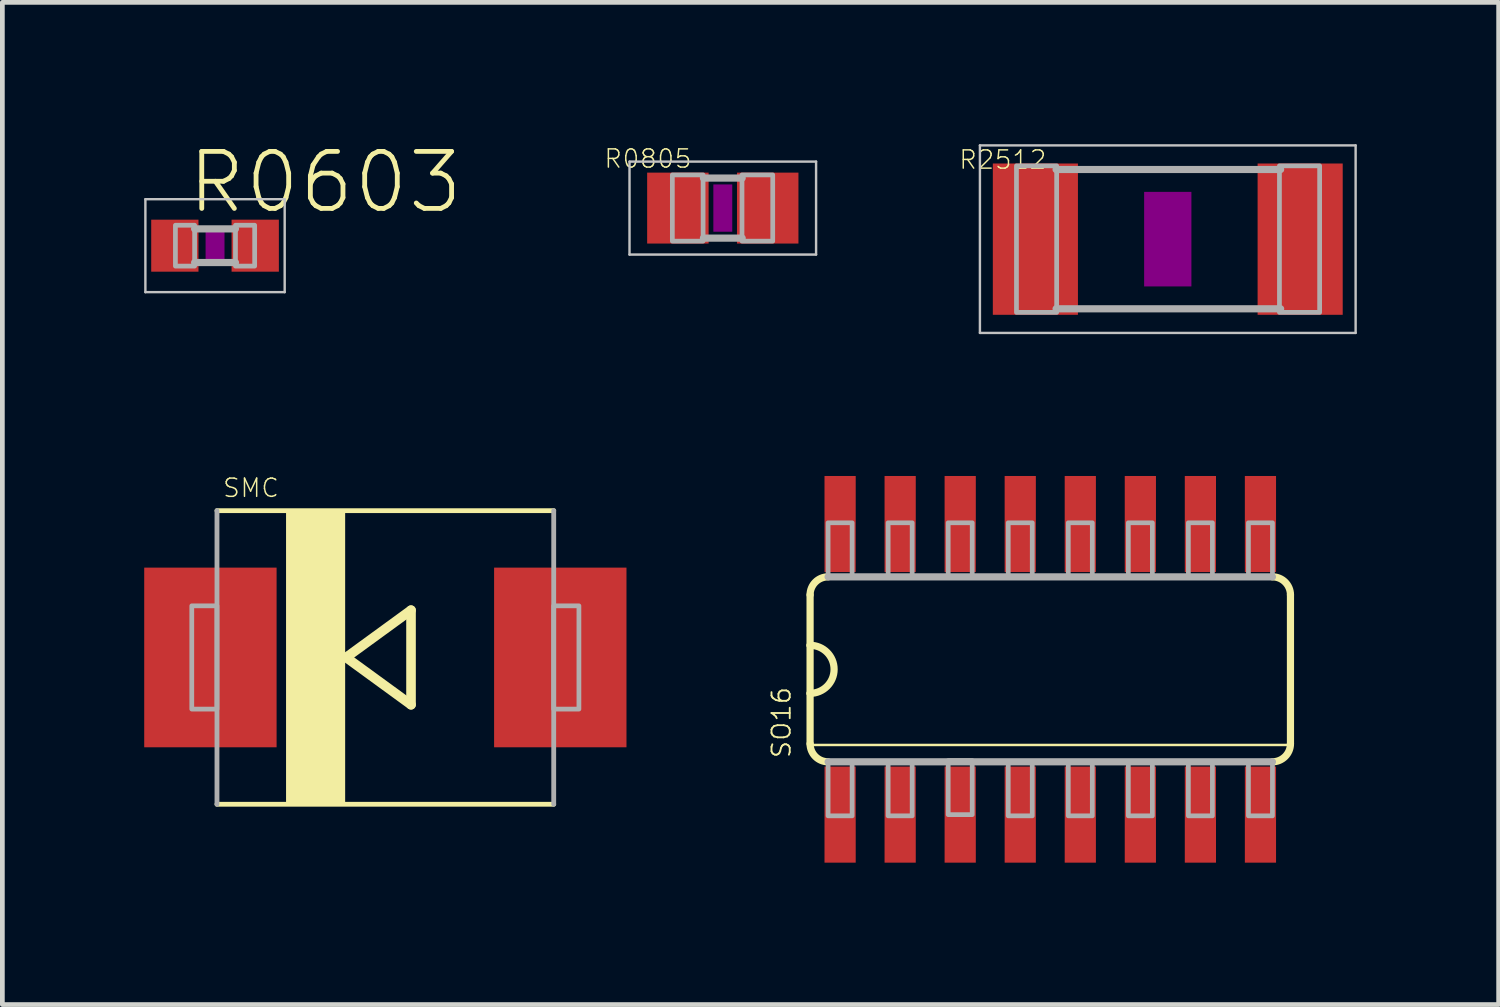
<source format=kicad_pcb>
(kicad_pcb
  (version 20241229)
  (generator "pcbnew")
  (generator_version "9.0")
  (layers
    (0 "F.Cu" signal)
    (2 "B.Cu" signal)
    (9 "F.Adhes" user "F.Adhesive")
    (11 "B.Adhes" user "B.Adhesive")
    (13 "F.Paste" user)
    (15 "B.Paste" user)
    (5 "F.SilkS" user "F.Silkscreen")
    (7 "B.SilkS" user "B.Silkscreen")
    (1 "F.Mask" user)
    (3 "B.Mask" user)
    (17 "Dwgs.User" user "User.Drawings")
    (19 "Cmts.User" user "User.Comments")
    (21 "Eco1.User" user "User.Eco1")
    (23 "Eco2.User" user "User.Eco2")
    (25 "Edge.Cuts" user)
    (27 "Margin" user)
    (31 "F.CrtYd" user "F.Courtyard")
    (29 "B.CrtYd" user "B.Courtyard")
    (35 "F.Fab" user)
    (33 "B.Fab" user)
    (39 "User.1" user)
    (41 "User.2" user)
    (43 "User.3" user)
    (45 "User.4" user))
  (footprint "R2512"
    (layer "F.Cu")
    (at 21.648 2.008)
    (property "Reference" "R2512" (at -2.54 -1.905 180) (layer "F.SilkS") (effects (font (size 0.386 0.386) (thickness 0.031)) (justify right top)))
    (attr through_hole)
    (fp_poly (pts (xy -0.5 1) (xy 0.5 1) (xy 0.5 -1) (xy -0.5 -1)) (stroke (width 0) (type solid)) (fill yes) (layer "F.Adhes"))
    (fp_line (start -3.973 -1.983) (end 3.973 -1.983) (stroke (width 0.051) (type solid)) (layer "Dwgs.User"))
    (fp_line (start -3.973 1.983) (end -3.973 -1.983) (stroke (width 0.051) (type solid)) (layer "Dwgs.User"))
    (fp_line (start 3.973 -1.983) (end 3.973 1.983) (stroke (width 0.051) (type solid)) (layer "Dwgs.User"))
    (fp_line (start 3.973 1.983) (end -3.973 1.983) (stroke (width 0.051) (type solid)) (layer "Dwgs.User"))
    (fp_line (start -2.362 -1.473) (end 2.387 -1.473) (stroke (width 0.152) (type solid)) (layer "F.Fab"))
    (fp_line (start -2.362 1.473) (end 2.387 1.473) (stroke (width 0.152) (type solid)) (layer "F.Fab"))
    (fp_poly (pts (xy -3.2 1.549) (xy -2.35 1.549) (xy -2.35 -1.551) (xy -3.2 -1.551)) (stroke (width 0.1) (type solid)) (fill no) (layer "F.Fab"))
    (fp_poly (pts (xy 2.362 1.549) (xy 3.212 1.549) (xy 3.212 -1.551) (xy 2.362 -1.551)) (stroke (width 0.1) (type solid)) (fill no) (layer "F.Fab"))
    (pad "1" smd rect (at -2.8 0) (size 1.8 3.2) (layers "F.Cu" "F.Mask" "F.Paste"))
    (pad "2" smd rect (at 2.8 0) (size 1.8 3.2) (layers "F.Cu" "F.Mask" "F.Paste")))
  (footprint "SO16"
    (layer "F.Cu")
    (at 19.163 11.106)
    (property "Reference" "SO16" (at -5.461 1.905 90) (layer "F.SilkS") (effects (font (size 0.386 0.386) (thickness 0.039)) (justify left bottom)))
    (attr through_hole)
    (fp_line (start -5.08 -1.575) (end -5.08 -0.508) (stroke (width 0.152) (type solid)) (layer "F.SilkS"))
    (fp_line (start -5.08 -0.508) (end -5.08 0.508) (stroke (width 0.152) (type solid)) (layer "F.SilkS"))
    (fp_line (start -5.08 0.508) (end -5.08 1.575) (stroke (width 0.152) (type solid)) (layer "F.SilkS"))
    (fp_line (start -5.08 1.6) (end 5.08 1.6) (stroke (width 0.051) (type solid)) (layer "F.SilkS"))
    (fp_line (start 5.08 1.575) (end 5.08 -1.575) (stroke (width 0.152) (type solid)) (layer "F.SilkS"))
    (fp_arc (start -5.08 -1.5748) (mid -4.968408 -1.844208) (end -4.699 -1.9558) (stroke (width 0.1524) (type solid)) (layer "F.SilkS"))
    (fp_arc (start -5.08 -0.508) (mid -4.572 0) (end -5.08 0.508) (stroke (width 0.1524) (type solid)) (layer "F.SilkS"))
    (fp_arc (start -4.699 1.9558) (mid -4.968408 1.844208) (end -5.08 1.5748) (stroke (width 0.1524) (type solid)) (layer "F.SilkS"))
    (fp_arc (start 4.699 -1.9558) (mid 4.968408 -1.844208) (end 5.08 -1.5748) (stroke (width 0.1524) (type solid)) (layer "F.SilkS"))
    (fp_arc (start 5.08 1.5748) (mid 4.968408 1.844208) (end 4.699 1.9558) (stroke (width 0.1524) (type solid)) (layer "F.SilkS"))
    (fp_line (start -4.699 1.956) (end 4.699 1.956) (stroke (width 0.152) (type solid)) (layer "F.Fab"))
    (fp_line (start 4.699 -1.956) (end -4.699 -1.956) (stroke (width 0.152) (type solid)) (layer "F.Fab"))
    (fp_poly (pts (xy -4.699 -1.956) (xy -4.191 -1.956) (xy -4.191 -3.099) (xy -4.699 -3.099)) (stroke (width 0.1) (type solid)) (fill no) (layer "F.Fab"))
    (fp_poly (pts (xy -4.699 3.099) (xy -4.191 3.099) (xy -4.191 1.956) (xy -4.699 1.956)) (stroke (width 0.1) (type solid)) (fill no) (layer "F.Fab"))
    (fp_poly (pts (xy -3.429 -1.956) (xy -2.921 -1.956) (xy -2.921 -3.099) (xy -3.429 -3.099)) (stroke (width 0.1) (type solid)) (fill no) (layer "F.Fab"))
    (fp_poly (pts (xy -3.429 3.099) (xy -2.921 3.099) (xy -2.921 1.956) (xy -3.429 1.956)) (stroke (width 0.1) (type solid)) (fill no) (layer "F.Fab"))
    (fp_poly (pts (xy -2.159 -1.956) (xy -1.651 -1.956) (xy -1.651 -3.099) (xy -2.159 -3.099)) (stroke (width 0.1) (type solid)) (fill no) (layer "F.Fab"))
    (fp_poly (pts (xy -2.159 3.073) (xy -1.651 3.073) (xy -1.651 1.93) (xy -2.159 1.93)) (stroke (width 0.1) (type solid)) (fill no) (layer "F.Fab"))
    (fp_poly (pts (xy -0.889 -1.956) (xy -0.381 -1.956) (xy -0.381 -3.099) (xy -0.889 -3.099)) (stroke (width 0.1) (type solid)) (fill no) (layer "F.Fab"))
    (fp_poly (pts (xy -0.889 3.099) (xy -0.381 3.099) (xy -0.381 1.956) (xy -0.889 1.956)) (stroke (width 0.1) (type solid)) (fill no) (layer "F.Fab"))
    (fp_poly (pts (xy 0.381 -1.956) (xy 0.889 -1.956) (xy 0.889 -3.099) (xy 0.381 -3.099)) (stroke (width 0.1) (type solid)) (fill no) (layer "F.Fab"))
    (fp_poly (pts (xy 0.381 3.099) (xy 0.889 3.099) (xy 0.889 1.956) (xy 0.381 1.956)) (stroke (width 0.1) (type solid)) (fill no) (layer "F.Fab"))
    (fp_poly (pts (xy 1.651 -1.956) (xy 2.159 -1.956) (xy 2.159 -3.099) (xy 1.651 -3.099)) (stroke (width 0.1) (type solid)) (fill no) (layer "F.Fab"))
    (fp_poly (pts (xy 1.651 3.099) (xy 2.159 3.099) (xy 2.159 1.956) (xy 1.651 1.956)) (stroke (width 0.1) (type solid)) (fill no) (layer "F.Fab"))
    (fp_poly (pts (xy 2.921 -1.956) (xy 3.429 -1.956) (xy 3.429 -3.099) (xy 2.921 -3.099)) (stroke (width 0.1) (type solid)) (fill no) (layer "F.Fab"))
    (fp_poly (pts (xy 2.921 3.099) (xy 3.429 3.099) (xy 3.429 1.956) (xy 2.921 1.956)) (stroke (width 0.1) (type solid)) (fill no) (layer "F.Fab"))
    (fp_poly (pts (xy 4.191 -1.956) (xy 4.699 -1.956) (xy 4.699 -3.099) (xy 4.191 -3.099)) (stroke (width 0.1) (type solid)) (fill no) (layer "F.Fab"))
    (fp_poly (pts (xy 4.191 3.099) (xy 4.699 3.099) (xy 4.699 1.956) (xy 4.191 1.956)) (stroke (width 0.1) (type solid)) (fill no) (layer "F.Fab"))
    (pad "1" smd rect (at -4.445 3.073) (size 0.66 2.032) (layers "F.Cu" "F.Mask" "F.Paste"))
    (pad "2" smd rect (at -3.175 3.073) (size 0.66 2.032) (layers "F.Cu" "F.Mask" "F.Paste"))
    (pad "3" smd rect (at -1.905 3.073) (size 0.66 2.032) (layers "F.Cu" "F.Mask" "F.Paste"))
    (pad "4" smd rect (at -0.635 3.073) (size 0.66 2.032) (layers "F.Cu" "F.Mask" "F.Paste"))
    (pad "5" smd rect (at 0.635 3.073) (size 0.66 2.032) (layers "F.Cu" "F.Mask" "F.Paste"))
    (pad "6" smd rect (at 1.905 3.073) (size 0.66 2.032) (layers "F.Cu" "F.Mask" "F.Paste"))
    (pad "7" smd rect (at 3.175 3.073) (size 0.66 2.032) (layers "F.Cu" "F.Mask" "F.Paste"))
    (pad "8" smd rect (at 4.445 3.073) (size 0.66 2.032) (layers "F.Cu" "F.Mask" "F.Paste"))
    (pad "9" smd rect (at 4.445 -3.073) (size 0.66 2.032) (layers "F.Cu" "F.Mask" "F.Paste"))
    (pad "10" smd rect (at 3.175 -3.073) (size 0.66 2.032) (layers "F.Cu" "F.Mask" "F.Paste"))
    (pad "11" smd rect (at 1.905 -3.073) (size 0.66 2.032) (layers "F.Cu" "F.Mask" "F.Paste"))
    (pad "12" smd rect (at 0.635 -3.073) (size 0.66 2.032) (layers "F.Cu" "F.Mask" "F.Paste"))
    (pad "13" smd rect (at -0.635 -3.073) (size 0.66 2.032) (layers "F.Cu" "F.Mask" "F.Paste"))
    (pad "14" smd rect (at -1.905 -3.073) (size 0.66 2.032) (layers "F.Cu" "F.Mask" "F.Paste"))
    (pad "15" smd rect (at -3.175 -3.073) (size 0.66 2.032) (layers "F.Cu" "F.Mask" "F.Paste"))
    (pad "16" smd rect (at -4.445 -3.073) (size 0.66 2.032) (layers "F.Cu" "F.Mask" "F.Paste")))
  (footprint "R0603"
    (layer "F.Cu")
    (at 1.498 2.146)
    (property "Reference" "R0603" (at -0.635 -0.635 0) (layer "F.SilkS") (effects (font (size 1.206 1.206) (thickness 0.102)) (justify left bottom)))
    (attr through_hole)
    (fp_poly (pts (xy -0.2 0.4) (xy 0.2 0.4) (xy 0.2 -0.4) (xy -0.2 -0.4)) (stroke (width 0) (type solid)) (fill yes) (layer "F.Adhes"))
    (fp_line (start -1.473 -0.983) (end 1.473 -0.983) (stroke (width 0.051) (type solid)) (layer "Dwgs.User"))
    (fp_line (start -1.473 0.983) (end -1.473 -0.983) (stroke (width 0.051) (type solid)) (layer "Dwgs.User"))
    (fp_line (start 1.473 -0.983) (end 1.473 0.983) (stroke (width 0.051) (type solid)) (layer "Dwgs.User"))
    (fp_line (start 1.473 0.983) (end -1.473 0.983) (stroke (width 0.051) (type solid)) (layer "Dwgs.User"))
    (fp_line (start -0.432 0.356) (end 0.432 0.356) (stroke (width 0.152) (type solid)) (layer "F.Fab"))
    (fp_line (start 0.432 -0.356) (end -0.432 -0.356) (stroke (width 0.152) (type solid)) (layer "F.Fab"))
    (fp_poly (pts (xy -0.838 0.432) (xy -0.432 0.432) (xy -0.432 -0.432) (xy -0.838 -0.432)) (stroke (width 0.1) (type solid)) (fill no) (layer "F.Fab"))
    (fp_poly (pts (xy 0.432 0.432) (xy 0.838 0.432) (xy 0.838 -0.432) (xy 0.432 -0.432)) (stroke (width 0.1) (type solid)) (fill no) (layer "F.Fab"))
    (pad "1" smd rect (at -0.85 0) (size 1 1.1) (layers "F.Cu" "F.Mask" "F.Paste"))
    (pad "2" smd rect (at 0.85 0) (size 1 1.1) (layers "F.Cu" "F.Mask" "F.Paste")))
  (footprint "R0805"
    (layer "F.Cu")
    (at 12.237 1.351)
    (property "Reference" "R0805" (at -0.635 -1.27 180) (layer "F.SilkS") (effects (font (size 0.386 0.386) (thickness 0.031)) (justify right top)))
    (attr through_hole)
    (fp_poly (pts (xy -0.2 0.5) (xy 0.2 0.5) (xy 0.2 -0.5) (xy -0.2 -0.5)) (stroke (width 0) (type solid)) (fill yes) (layer "F.Adhes"))
    (fp_line (start -1.973 -0.983) (end 1.973 -0.983) (stroke (width 0.051) (type solid)) (layer "Dwgs.User"))
    (fp_line (start -1.973 0.983) (end -1.973 -0.983) (stroke (width 0.051) (type solid)) (layer "Dwgs.User"))
    (fp_line (start 1.973 -0.983) (end 1.973 0.983) (stroke (width 0.051) (type solid)) (layer "Dwgs.User"))
    (fp_line (start 1.973 0.983) (end -1.973 0.983) (stroke (width 0.051) (type solid)) (layer "Dwgs.User"))
    (fp_line (start -0.41 -0.635) (end 0.41 -0.635) (stroke (width 0.152) (type solid)) (layer "F.Fab"))
    (fp_line (start -0.41 0.635) (end 0.41 0.635) (stroke (width 0.152) (type solid)) (layer "F.Fab"))
    (fp_poly (pts (xy -1.067 0.699) (xy -0.417 0.699) (xy -0.417 -0.702) (xy -1.067 -0.702)) (stroke (width 0.1) (type solid)) (fill no) (layer "F.Fab"))
    (fp_poly (pts (xy 0.406 0.699) (xy 1.056 0.699) (xy 1.056 -0.702) (xy 0.406 -0.702)) (stroke (width 0.1) (type solid)) (fill no) (layer "F.Fab"))
    (pad "1" smd rect (at -0.95 0) (size 1.3 1.5) (layers "F.Cu" "F.Mask" "F.Paste"))
    (pad "2" smd rect (at 0.95 0) (size 1.3 1.5) (layers "F.Cu" "F.Mask" "F.Paste")))
  (footprint "SMC"
    (layer "F.Cu")
    (at 5.1 10.855)
    (property "Reference" "SMC" (at -3.459 -3.359 0) (layer "F.SilkS") (effects (font (size 0.386 0.386) (thickness 0.031)) (justify left bottom)))
    (attr through_hole)
    (fp_line (start -3.561 -3.105) (end 3.561 -3.105) (stroke (width 0.102) (type solid)) (layer "F.SilkS"))
    (fp_line (start -3.561 3.105) (end 3.561 3.105) (stroke (width 0.102) (type solid)) (layer "F.SilkS"))
    (fp_line (start -0.83 0) (end 0.543 1) (stroke (width 0.203) (type solid)) (layer "F.SilkS"))
    (fp_line (start 0.543 -1) (end -0.83 0) (stroke (width 0.203) (type solid)) (layer "F.SilkS"))
    (fp_line (start 0.543 1) (end 0.543 -1) (stroke (width 0.203) (type solid)) (layer "F.SilkS"))
    (fp_poly (pts (xy -2.1 3.1) (xy -0.85 3.1) (xy -0.85 -3.1) (xy -2.1 -3.1)) (stroke (width 0) (type solid)) (fill yes) (layer "F.SilkS"))
    (fp_line (start -3.561 3.105) (end -3.561 -3.105) (stroke (width 0.102) (type solid)) (layer "F.Fab"))
    (fp_line (start 3.561 3.105) (end 3.561 -3.105) (stroke (width 0.102) (type solid)) (layer "F.Fab"))
    (fp_poly (pts (xy -4.094 1.092) (xy -3.561 1.092) (xy -3.561 -1.092) (xy -4.094 -1.092)) (stroke (width 0.1) (type solid)) (fill no) (layer "F.Fab"))
    (fp_poly (pts (xy 3.561 1.092) (xy 4.094 1.092) (xy 4.094 -1.092) (xy 3.561 -1.092)) (stroke (width 0.1) (type solid)) (fill no) (layer "F.Fab"))
    (pad "A" smd rect (at 3.7 0) (size 2.8 3.8) (layers "F.Cu" "F.Mask" "F.Paste"))
    (pad "C" smd rect (at -3.7 0) (size 2.8 3.8) (layers "F.Cu" "F.Mask" "F.Paste")))
  (gr_rect
    (start -3 -3)
    (end 28.646 18.196)
    (stroke (width 0.1) (type default))
    (fill no)
    (layer "Edge.Cuts")))
</source>
